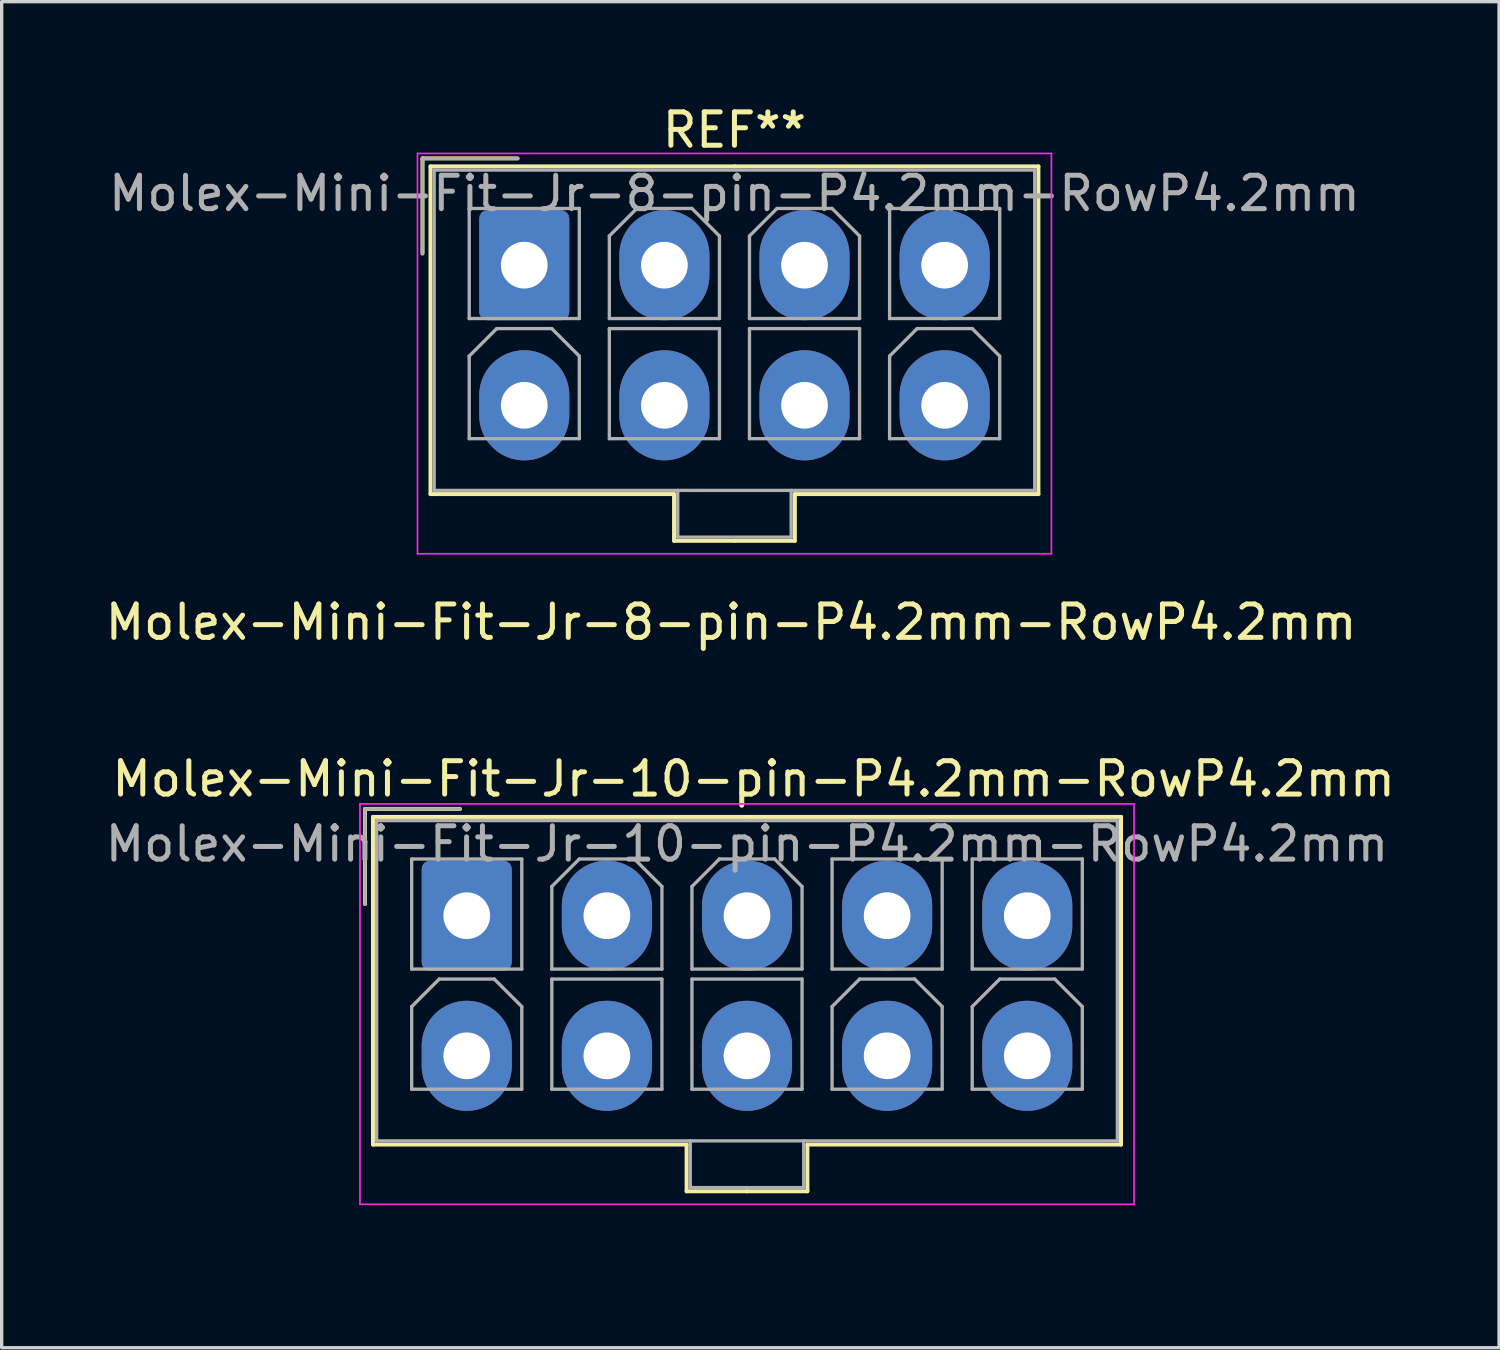
<source format=kicad_pcb>
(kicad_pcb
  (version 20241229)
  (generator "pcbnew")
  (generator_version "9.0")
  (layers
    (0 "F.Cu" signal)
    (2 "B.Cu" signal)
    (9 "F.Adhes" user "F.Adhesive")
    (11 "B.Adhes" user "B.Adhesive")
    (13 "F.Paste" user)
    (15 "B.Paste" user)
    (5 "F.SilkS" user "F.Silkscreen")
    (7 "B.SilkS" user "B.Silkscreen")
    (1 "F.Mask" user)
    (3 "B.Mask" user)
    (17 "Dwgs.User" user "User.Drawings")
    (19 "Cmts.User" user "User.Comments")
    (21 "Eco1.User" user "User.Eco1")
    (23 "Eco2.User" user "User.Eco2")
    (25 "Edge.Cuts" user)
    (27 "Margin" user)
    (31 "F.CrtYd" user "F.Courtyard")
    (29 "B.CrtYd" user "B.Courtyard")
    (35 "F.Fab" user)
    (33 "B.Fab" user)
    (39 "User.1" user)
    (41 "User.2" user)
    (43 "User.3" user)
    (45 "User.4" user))
  (footprint "Molex-Mini-Fit-Jr-10-pin-P4.2mm-RowP4.2mm"
    (layer "F.Cu")
    (at 19.539 34.095)
    (property "Reference" "Molex-Mini-Fit-Jr-10-pin-P4.2mm-RowP4.2mm" (at 0 -13.8 0) (layer "F.SilkS") (effects (font (size 1 1) (thickness 0.15))))
    (attr through_hole)
    (fp_line (start -11.65 -12.9) (end -11.65 -10.05) (stroke (width 0.12) (type solid)) (layer "F.SilkS"))
    (fp_line (start -11.41 -12.66) (end -11.41 -2.84) (stroke (width 0.12) (type solid)) (layer "F.SilkS"))
    (fp_line (start -11.41 -2.84) (end -2.01 -2.84) (stroke (width 0.12) (type solid)) (layer "F.SilkS"))
    (fp_line (start -8.8 -12.9) (end -11.65 -12.9) (stroke (width 0.12) (type solid)) (layer "F.SilkS"))
    (fp_line (start -2.01 -2.84) (end -2.01 -1.44) (stroke (width 0.12) (type solid)) (layer "F.SilkS"))
    (fp_line (start -2.01 -1.44) (end -0.2 -1.44) (stroke (width 0.12) (type solid)) (layer "F.SilkS"))
    (fp_line (start -0.2 -12.66) (end -11.41 -12.66) (stroke (width 0.12) (type solid)) (layer "F.SilkS"))
    (fp_line (start -0.2 -12.66) (end 11.01 -12.66) (stroke (width 0.12) (type solid)) (layer "F.SilkS"))
    (fp_line (start 1.61 -2.84) (end 1.61 -1.44) (stroke (width 0.12) (type solid)) (layer "F.SilkS"))
    (fp_line (start 1.61 -1.44) (end -0.2 -1.44) (stroke (width 0.12) (type solid)) (layer "F.SilkS"))
    (fp_line (start 11.01 -12.66) (end 11.01 -2.84) (stroke (width 0.12) (type solid)) (layer "F.SilkS"))
    (fp_line (start 11.01 -2.84) (end 1.61 -2.84) (stroke (width 0.12) (type solid)) (layer "F.SilkS"))
    (fp_line (start -11.8 -13.05) (end -11.8 -1.05) (stroke (width 0.05) (type solid)) (layer "F.CrtYd"))
    (fp_line (start -11.8 -1.05) (end 11.4 -1.05) (stroke (width 0.05) (type solid)) (layer "F.CrtYd"))
    (fp_line (start 11.4 -13.05) (end -11.8 -13.05) (stroke (width 0.05) (type solid)) (layer "F.CrtYd"))
    (fp_line (start 11.4 -1.05) (end 11.4 -13.05) (stroke (width 0.05) (type solid)) (layer "F.CrtYd"))
    (fp_line (start -11.65 -12.9) (end -11.65 -10.05) (stroke (width 0.1) (type solid)) (layer "F.Fab"))
    (fp_line (start -11.3 -12.55) (end -11.3 -2.95) (stroke (width 0.1) (type solid)) (layer "F.Fab"))
    (fp_line (start -11.3 -2.95) (end 10.9 -2.95) (stroke (width 0.1) (type solid)) (layer "F.Fab"))
    (fp_line (start -10.25 -11.4) (end -10.25 -8.1) (stroke (width 0.1) (type solid)) (layer "F.Fab"))
    (fp_line (start -10.25 -8.1) (end -6.95 -8.1) (stroke (width 0.1) (type solid)) (layer "F.Fab"))
    (fp_line (start -10.25 -6.975) (end -9.425 -7.8) (stroke (width 0.1) (type solid)) (layer "F.Fab"))
    (fp_line (start -10.25 -4.5) (end -10.25 -6.975) (stroke (width 0.1) (type solid)) (layer "F.Fab"))
    (fp_line (start -9.425 -7.8) (end -7.775 -7.8) (stroke (width 0.1) (type solid)) (layer "F.Fab"))
    (fp_line (start -8.8 -12.9) (end -11.65 -12.9) (stroke (width 0.1) (type solid)) (layer "F.Fab"))
    (fp_line (start -7.775 -7.8) (end -6.95 -6.975) (stroke (width 0.1) (type solid)) (layer "F.Fab"))
    (fp_line (start -6.95 -11.4) (end -10.25 -11.4) (stroke (width 0.1) (type solid)) (layer "F.Fab"))
    (fp_line (start -6.95 -8.1) (end -6.95 -11.4) (stroke (width 0.1) (type solid)) (layer "F.Fab"))
    (fp_line (start -6.95 -6.975) (end -6.95 -4.5) (stroke (width 0.1) (type solid)) (layer "F.Fab"))
    (fp_line (start -6.95 -4.5) (end -10.25 -4.5) (stroke (width 0.1) (type solid)) (layer "F.Fab"))
    (fp_line (start -6.05 -10.575) (end -5.225 -11.4) (stroke (width 0.1) (type solid)) (layer "F.Fab"))
    (fp_line (start -6.05 -8.1) (end -6.05 -10.575) (stroke (width 0.1) (type solid)) (layer "F.Fab"))
    (fp_line (start -6.05 -7.8) (end -6.05 -4.5) (stroke (width 0.1) (type solid)) (layer "F.Fab"))
    (fp_line (start -6.05 -4.5) (end -2.75 -4.5) (stroke (width 0.1) (type solid)) (layer "F.Fab"))
    (fp_line (start -5.225 -11.4) (end -3.575 -11.4) (stroke (width 0.1) (type solid)) (layer "F.Fab"))
    (fp_line (start -3.575 -11.4) (end -2.75 -10.575) (stroke (width 0.1) (type solid)) (layer "F.Fab"))
    (fp_line (start -2.75 -10.575) (end -2.75 -8.1) (stroke (width 0.1) (type solid)) (layer "F.Fab"))
    (fp_line (start -2.75 -8.1) (end -6.05 -8.1) (stroke (width 0.1) (type solid)) (layer "F.Fab"))
    (fp_line (start -2.75 -7.8) (end -6.05 -7.8) (stroke (width 0.1) (type solid)) (layer "F.Fab"))
    (fp_line (start -2.75 -4.5) (end -2.75 -7.8) (stroke (width 0.1) (type solid)) (layer "F.Fab"))
    (fp_line (start -1.9 -2.95) (end -1.9 -1.55) (stroke (width 0.1) (type solid)) (layer "F.Fab"))
    (fp_line (start -1.9 -1.55) (end 1.5 -1.55) (stroke (width 0.1) (type solid)) (layer "F.Fab"))
    (fp_line (start -1.85 -10.575) (end -1.025 -11.4) (stroke (width 0.1) (type solid)) (layer "F.Fab"))
    (fp_line (start -1.85 -8.1) (end -1.85 -10.575) (stroke (width 0.1) (type solid)) (layer "F.Fab"))
    (fp_line (start -1.85 -7.8) (end -1.85 -4.5) (stroke (width 0.1) (type solid)) (layer "F.Fab"))
    (fp_line (start -1.85 -4.5) (end 1.45 -4.5) (stroke (width 0.1) (type solid)) (layer "F.Fab"))
    (fp_line (start -1.025 -11.4) (end 0.625 -11.4) (stroke (width 0.1) (type solid)) (layer "F.Fab"))
    (fp_line (start 0.625 -11.4) (end 1.45 -10.575) (stroke (width 0.1) (type solid)) (layer "F.Fab"))
    (fp_line (start 1.45 -10.575) (end 1.45 -8.1) (stroke (width 0.1) (type solid)) (layer "F.Fab"))
    (fp_line (start 1.45 -8.1) (end -1.85 -8.1) (stroke (width 0.1) (type solid)) (layer "F.Fab"))
    (fp_line (start 1.45 -7.8) (end -1.85 -7.8) (stroke (width 0.1) (type solid)) (layer "F.Fab"))
    (fp_line (start 1.45 -4.5) (end 1.45 -7.8) (stroke (width 0.1) (type solid)) (layer "F.Fab"))
    (fp_line (start 1.5 -1.55) (end 1.5 -2.95) (stroke (width 0.1) (type solid)) (layer "F.Fab"))
    (fp_line (start 2.35 -11.4) (end 2.35 -8.1) (stroke (width 0.1) (type solid)) (layer "F.Fab"))
    (fp_line (start 2.35 -8.1) (end 5.65 -8.1) (stroke (width 0.1) (type solid)) (layer "F.Fab"))
    (fp_line (start 2.35 -6.975) (end 3.175 -7.8) (stroke (width 0.1) (type solid)) (layer "F.Fab"))
    (fp_line (start 2.35 -4.5) (end 2.35 -6.975) (stroke (width 0.1) (type solid)) (layer "F.Fab"))
    (fp_line (start 3.175 -7.8) (end 4.825 -7.8) (stroke (width 0.1) (type solid)) (layer "F.Fab"))
    (fp_line (start 4.825 -7.8) (end 5.65 -6.975) (stroke (width 0.1) (type solid)) (layer "F.Fab"))
    (fp_line (start 5.65 -11.4) (end 2.35 -11.4) (stroke (width 0.1) (type solid)) (layer "F.Fab"))
    (fp_line (start 5.65 -8.1) (end 5.65 -11.4) (stroke (width 0.1) (type solid)) (layer "F.Fab"))
    (fp_line (start 5.65 -6.975) (end 5.65 -4.5) (stroke (width 0.1) (type solid)) (layer "F.Fab"))
    (fp_line (start 5.65 -4.5) (end 2.35 -4.5) (stroke (width 0.1) (type solid)) (layer "F.Fab"))
    (fp_line (start 6.55 -11.4) (end 6.55 -8.1) (stroke (width 0.1) (type solid)) (layer "F.Fab"))
    (fp_line (start 6.55 -8.1) (end 9.85 -8.1) (stroke (width 0.1) (type solid)) (layer "F.Fab"))
    (fp_line (start 6.55 -6.975) (end 7.375 -7.8) (stroke (width 0.1) (type solid)) (layer "F.Fab"))
    (fp_line (start 6.55 -4.5) (end 6.55 -6.975) (stroke (width 0.1) (type solid)) (layer "F.Fab"))
    (fp_line (start 7.375 -7.8) (end 9.025 -7.8) (stroke (width 0.1) (type solid)) (layer "F.Fab"))
    (fp_line (start 9.025 -7.8) (end 9.85 -6.975) (stroke (width 0.1) (type solid)) (layer "F.Fab"))
    (fp_line (start 9.85 -11.4) (end 6.55 -11.4) (stroke (width 0.1) (type solid)) (layer "F.Fab"))
    (fp_line (start 9.85 -8.1) (end 9.85 -11.4) (stroke (width 0.1) (type solid)) (layer "F.Fab"))
    (fp_line (start 9.85 -6.975) (end 9.85 -4.5) (stroke (width 0.1) (type solid)) (layer "F.Fab"))
    (fp_line (start 9.85 -4.5) (end 6.55 -4.5) (stroke (width 0.1) (type solid)) (layer "F.Fab"))
    (fp_line (start 10.9 -12.55) (end -11.3 -12.55) (stroke (width 0.1) (type solid)) (layer "F.Fab"))
    (fp_line (start 10.9 -2.95) (end 10.9 -12.55) (stroke (width 0.1) (type solid)) (layer "F.Fab"))
    (fp_text user "${REFERENCE}" (at -0.2 -11.85 0) (layer "F.Fab") (effects (font (size 1 1) (thickness 0.15))))
    (pad "1" thru_hole roundrect (at -8.6 -9.7) (size 2.7 3.3) (drill 1.4) (layers "*.Cu" "*.Mask") (roundrect_rratio 0.093))
    (pad "2" thru_hole oval (at -4.4 -9.7) (size 2.7 3.3) (drill 1.4) (layers "*.Cu" "*.Mask"))
    (pad "3" thru_hole oval (at -0.2 -9.7) (size 2.7 3.3) (drill 1.4) (layers "*.Cu" "*.Mask"))
    (pad "4" thru_hole oval (at 4 -9.7) (size 2.7 3.3) (drill 1.4) (layers "*.Cu" "*.Mask"))
    (pad "5" thru_hole oval (at 8.2 -9.7) (size 2.7 3.3) (drill 1.4) (layers "*.Cu" "*.Mask"))
    (pad "6" thru_hole oval (at -8.6 -5.5) (size 2.7 3.3) (drill 1.4) (layers "*.Cu" "*.Mask"))
    (pad "7" thru_hole oval (at -4.4 -5.5) (size 2.7 3.3) (drill 1.4) (layers "*.Cu" "*.Mask"))
    (pad "8" thru_hole oval (at -0.2 -5.5) (size 2.7 3.3) (drill 1.4) (layers "*.Cu" "*.Mask"))
    (pad "9" thru_hole oval (at 4 -5.5) (size 2.7 3.3) (drill 1.4) (layers "*.Cu" "*.Mask"))
    (pad "10" thru_hole oval (at 8.2 -5.5) (size 2.7 3.3) (drill 1.4) (layers "*.Cu" "*.Mask")))
  (footprint "Molex-Mini-Fit-Jr-8-pin-P4.2mm-RowP4.2mm"
    (layer "F.Cu")
    (at 18.863 15.098)
    (property "Reference" "Molex-Mini-Fit-Jr-8-pin-P4.2mm-RowP4.2mm" (at 0 0.5 0) (layer "F.SilkS") (effects (font (size 1 1) (thickness 0.15))))
    (attr through_hole)
    (fp_line (start -9.25 -13.4) (end -9.25 -10.55) (stroke (width 0.12) (type solid)) (layer "F.SilkS"))
    (fp_line (start -9.01 -13.16) (end -9.01 -3.34) (stroke (width 0.12) (type solid)) (layer "F.SilkS"))
    (fp_line (start -9.01 -3.34) (end -1.71 -3.34) (stroke (width 0.12) (type solid)) (layer "F.SilkS"))
    (fp_line (start -6.4 -13.4) (end -9.25 -13.4) (stroke (width 0.12) (type solid)) (layer "F.SilkS"))
    (fp_line (start -1.71 -3.34) (end -1.71 -1.94) (stroke (width 0.12) (type solid)) (layer "F.SilkS"))
    (fp_line (start -1.71 -1.94) (end 0.1 -1.94) (stroke (width 0.12) (type solid)) (layer "F.SilkS"))
    (fp_line (start 0.1 -13.16) (end -9.01 -13.16) (stroke (width 0.12) (type solid)) (layer "F.SilkS"))
    (fp_line (start 0.1 -13.16) (end 9.21 -13.16) (stroke (width 0.12) (type solid)) (layer "F.SilkS"))
    (fp_line (start 1.91 -3.34) (end 1.91 -1.94) (stroke (width 0.12) (type solid)) (layer "F.SilkS"))
    (fp_line (start 1.91 -1.94) (end 0.1 -1.94) (stroke (width 0.12) (type solid)) (layer "F.SilkS"))
    (fp_line (start 9.21 -13.16) (end 9.21 -3.34) (stroke (width 0.12) (type solid)) (layer "F.SilkS"))
    (fp_line (start 9.21 -3.34) (end 1.91 -3.34) (stroke (width 0.12) (type solid)) (layer "F.SilkS"))
    (fp_line (start -9.4 -13.55) (end -9.4 -1.55) (stroke (width 0.05) (type solid)) (layer "F.CrtYd"))
    (fp_line (start -9.4 -1.55) (end 9.6 -1.55) (stroke (width 0.05) (type solid)) (layer "F.CrtYd"))
    (fp_line (start 9.6 -13.55) (end -9.4 -13.55) (stroke (width 0.05) (type solid)) (layer "F.CrtYd"))
    (fp_line (start 9.6 -1.55) (end 9.6 -13.55) (stroke (width 0.05) (type solid)) (layer "F.CrtYd"))
    (fp_line (start -9.25 -13.4) (end -9.25 -10.55) (stroke (width 0.1) (type solid)) (layer "F.Fab"))
    (fp_line (start -8.9 -13.05) (end -8.9 -3.45) (stroke (width 0.1) (type solid)) (layer "F.Fab"))
    (fp_line (start -8.9 -3.45) (end 9.1 -3.45) (stroke (width 0.1) (type solid)) (layer "F.Fab"))
    (fp_line (start -7.85 -11.9) (end -7.85 -8.6) (stroke (width 0.1) (type solid)) (layer "F.Fab"))
    (fp_line (start -7.85 -8.6) (end -4.55 -8.6) (stroke (width 0.1) (type solid)) (layer "F.Fab"))
    (fp_line (start -7.85 -7.475) (end -7.025 -8.3) (stroke (width 0.1) (type solid)) (layer "F.Fab"))
    (fp_line (start -7.85 -5) (end -7.85 -7.475) (stroke (width 0.1) (type solid)) (layer "F.Fab"))
    (fp_line (start -7.025 -8.3) (end -5.375 -8.3) (stroke (width 0.1) (type solid)) (layer "F.Fab"))
    (fp_line (start -6.4 -13.4) (end -9.25 -13.4) (stroke (width 0.1) (type solid)) (layer "F.Fab"))
    (fp_line (start -5.375 -8.3) (end -4.55 -7.475) (stroke (width 0.1) (type solid)) (layer "F.Fab"))
    (fp_line (start -4.55 -11.9) (end -7.85 -11.9) (stroke (width 0.1) (type solid)) (layer "F.Fab"))
    (fp_line (start -4.55 -8.6) (end -4.55 -11.9) (stroke (width 0.1) (type solid)) (layer "F.Fab"))
    (fp_line (start -4.55 -7.475) (end -4.55 -5) (stroke (width 0.1) (type solid)) (layer "F.Fab"))
    (fp_line (start -4.55 -5) (end -7.85 -5) (stroke (width 0.1) (type solid)) (layer "F.Fab"))
    (fp_line (start -3.65 -11.075) (end -2.825 -11.9) (stroke (width 0.1) (type solid)) (layer "F.Fab"))
    (fp_line (start -3.65 -8.6) (end -3.65 -11.075) (stroke (width 0.1) (type solid)) (layer "F.Fab"))
    (fp_line (start -3.65 -8.3) (end -3.65 -5) (stroke (width 0.1) (type solid)) (layer "F.Fab"))
    (fp_line (start -3.65 -5) (end -0.35 -5) (stroke (width 0.1) (type solid)) (layer "F.Fab"))
    (fp_line (start -2.825 -11.9) (end -1.175 -11.9) (stroke (width 0.1) (type solid)) (layer "F.Fab"))
    (fp_line (start -1.6 -3.45) (end -1.6 -2.05) (stroke (width 0.1) (type solid)) (layer "F.Fab"))
    (fp_line (start -1.6 -2.05) (end 1.8 -2.05) (stroke (width 0.1) (type solid)) (layer "F.Fab"))
    (fp_line (start -1.175 -11.9) (end -0.35 -11.075) (stroke (width 0.1) (type solid)) (layer "F.Fab"))
    (fp_line (start -0.35 -11.075) (end -0.35 -8.6) (stroke (width 0.1) (type solid)) (layer "F.Fab"))
    (fp_line (start -0.35 -8.6) (end -3.65 -8.6) (stroke (width 0.1) (type solid)) (layer "F.Fab"))
    (fp_line (start -0.35 -8.3) (end -3.65 -8.3) (stroke (width 0.1) (type solid)) (layer "F.Fab"))
    (fp_line (start -0.35 -5) (end -0.35 -8.3) (stroke (width 0.1) (type solid)) (layer "F.Fab"))
    (fp_line (start 0.55 -11.075) (end 1.375 -11.9) (stroke (width 0.1) (type solid)) (layer "F.Fab"))
    (fp_line (start 0.55 -8.6) (end 0.55 -11.075) (stroke (width 0.1) (type solid)) (layer "F.Fab"))
    (fp_line (start 0.55 -8.3) (end 0.55 -5) (stroke (width 0.1) (type solid)) (layer "F.Fab"))
    (fp_line (start 0.55 -5) (end 3.85 -5) (stroke (width 0.1) (type solid)) (layer "F.Fab"))
    (fp_line (start 1.375 -11.9) (end 3.025 -11.9) (stroke (width 0.1) (type solid)) (layer "F.Fab"))
    (fp_line (start 1.8 -2.05) (end 1.8 -3.45) (stroke (width 0.1) (type solid)) (layer "F.Fab"))
    (fp_line (start 3.025 -11.9) (end 3.85 -11.075) (stroke (width 0.1) (type solid)) (layer "F.Fab"))
    (fp_line (start 3.85 -11.075) (end 3.85 -8.6) (stroke (width 0.1) (type solid)) (layer "F.Fab"))
    (fp_line (start 3.85 -8.6) (end 0.55 -8.6) (stroke (width 0.1) (type solid)) (layer "F.Fab"))
    (fp_line (start 3.85 -8.3) (end 0.55 -8.3) (stroke (width 0.1) (type solid)) (layer "F.Fab"))
    (fp_line (start 3.85 -5) (end 3.85 -8.3) (stroke (width 0.1) (type solid)) (layer "F.Fab"))
    (fp_line (start 4.75 -11.9) (end 4.75 -8.6) (stroke (width 0.1) (type solid)) (layer "F.Fab"))
    (fp_line (start 4.75 -8.6) (end 8.05 -8.6) (stroke (width 0.1) (type solid)) (layer "F.Fab"))
    (fp_line (start 4.75 -7.475) (end 5.575 -8.3) (stroke (width 0.1) (type solid)) (layer "F.Fab"))
    (fp_line (start 4.75 -5) (end 4.75 -7.475) (stroke (width 0.1) (type solid)) (layer "F.Fab"))
    (fp_line (start 5.575 -8.3) (end 7.225 -8.3) (stroke (width 0.1) (type solid)) (layer "F.Fab"))
    (fp_line (start 7.225 -8.3) (end 8.05 -7.475) (stroke (width 0.1) (type solid)) (layer "F.Fab"))
    (fp_line (start 8.05 -11.9) (end 4.75 -11.9) (stroke (width 0.1) (type solid)) (layer "F.Fab"))
    (fp_line (start 8.05 -8.6) (end 8.05 -11.9) (stroke (width 0.1) (type solid)) (layer "F.Fab"))
    (fp_line (start 8.05 -7.475) (end 8.05 -5) (stroke (width 0.1) (type solid)) (layer "F.Fab"))
    (fp_line (start 8.05 -5) (end 4.75 -5) (stroke (width 0.1) (type solid)) (layer "F.Fab"))
    (fp_line (start 9.1 -13.05) (end -8.9 -13.05) (stroke (width 0.1) (type solid)) (layer "F.Fab"))
    (fp_line (start 9.1 -3.45) (end 9.1 -13.05) (stroke (width 0.1) (type solid)) (layer "F.Fab"))
    (fp_text user "REF**" (at 0.1 -14.25 0) (layer "F.SilkS") (effects (font (size 1 1) (thickness 0.15))))
    (fp_text user "${REFERENCE}" (at 0.1 -12.35 0) (layer "F.Fab") (effects (font (size 1 1) (thickness 0.15))))
    (pad "1" thru_hole roundrect (at -6.2 -10.2) (size 2.7 3.3) (drill 1.4) (layers "*.Cu" "*.Mask") (roundrect_rratio 0.093))
    (pad "2" thru_hole oval (at -2 -10.2) (size 2.7 3.3) (drill 1.4) (layers "*.Cu" "*.Mask"))
    (pad "3" thru_hole oval (at 2.2 -10.2) (size 2.7 3.3) (drill 1.4) (layers "*.Cu" "*.Mask"))
    (pad "4" thru_hole oval (at 6.4 -10.2) (size 2.7 3.3) (drill 1.4) (layers "*.Cu" "*.Mask"))
    (pad "5" thru_hole oval (at -6.2 -6) (size 2.7 3.3) (drill 1.4) (layers "*.Cu" "*.Mask"))
    (pad "6" thru_hole oval (at -2 -6) (size 2.7 3.3) (drill 1.4) (layers "*.Cu" "*.Mask"))
    (pad "7" thru_hole oval (at 2.2 -6) (size 2.7 3.3) (drill 1.4) (layers "*.Cu" "*.Mask"))
    (pad "8" thru_hole oval (at 6.4 -6) (size 2.7 3.3) (drill 1.4) (layers "*.Cu" "*.Mask")))
  (gr_rect
    (start -3 -3)
    (end 41.879 37.345)
    (stroke (width 0.1) (type default))
    (fill no)
    (layer "Edge.Cuts")))
</source>
